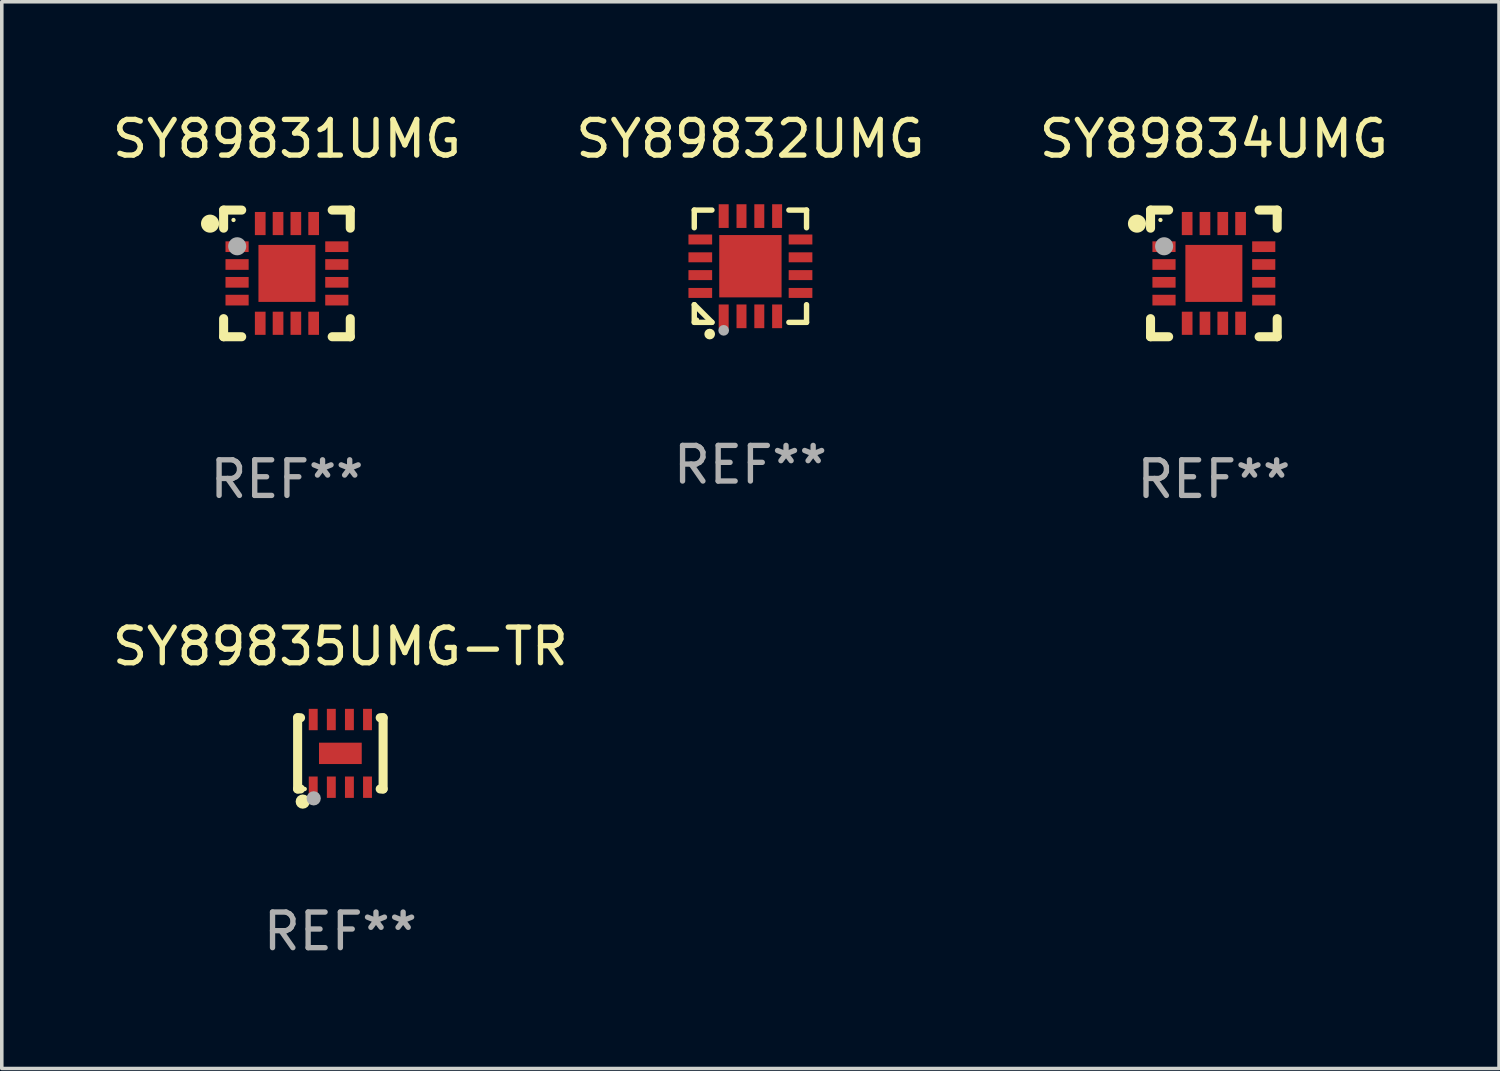
<source format=kicad_pcb>
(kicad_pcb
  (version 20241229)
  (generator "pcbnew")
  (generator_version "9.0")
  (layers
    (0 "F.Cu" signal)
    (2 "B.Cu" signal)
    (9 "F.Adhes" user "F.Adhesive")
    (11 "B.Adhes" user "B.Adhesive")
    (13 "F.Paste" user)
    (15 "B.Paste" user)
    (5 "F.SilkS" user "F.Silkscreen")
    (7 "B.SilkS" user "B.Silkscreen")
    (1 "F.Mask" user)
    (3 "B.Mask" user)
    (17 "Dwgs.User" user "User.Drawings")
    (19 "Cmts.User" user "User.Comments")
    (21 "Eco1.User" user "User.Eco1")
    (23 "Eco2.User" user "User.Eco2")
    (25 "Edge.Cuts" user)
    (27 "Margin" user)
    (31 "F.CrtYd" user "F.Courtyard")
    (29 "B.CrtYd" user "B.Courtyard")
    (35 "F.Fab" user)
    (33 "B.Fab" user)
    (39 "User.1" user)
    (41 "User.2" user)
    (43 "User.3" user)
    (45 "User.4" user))
  (footprint "SY89835UMG-TR"
    (layer "F.Cu")
    (at 6.506 18.101)
    (property "Reference" "SY89835UMG-TR" (at 0 -3 0) (layer "F.SilkS") (effects (font (size 1 1) (thickness 0.15))))
    (attr through_hole)
    (fp_line (start -1.2 -1) (end -1.118 -1) (stroke (width 0.254) (type solid)) (layer "F.SilkS"))
    (fp_line (start -1.2 1) (end -1.2 -1) (stroke (width 0.254) (type solid)) (layer "F.SilkS"))
    (fp_line (start -1.2 1) (end -1.118 1) (stroke (width 0.254) (type solid)) (layer "F.SilkS"))
    (fp_line (start 1.118 -1) (end 1.2 -1) (stroke (width 0.254) (type solid)) (layer "F.SilkS"))
    (fp_line (start 1.118 1) (end 1.2 1) (stroke (width 0.254) (type solid)) (layer "F.SilkS"))
    (fp_line (start 1.2 1) (end 1.2 -1) (stroke (width 0.254) (type solid)) (layer "F.SilkS"))
    (fp_circle (center -1.056 1.354) (end -0.956 1.354) (stroke (width 0.2) (type solid)) (fill no) (layer "F.SilkS"))
    (fp_circle (center -1 1) (end -0.97 1) (stroke (width 0.06) (type solid)) (fill no) (layer "F.SilkS"))
    (fp_circle (center -0.749 1.263) (end -0.649 1.263) (stroke (width 0.2) (type solid)) (fill no) (layer "F.Fab"))
    (fp_text user "REF**" (at 0 5 0) (layer "F.Fab") (effects (font (size 1 1) (thickness 0.15))))
    (pad "1" smd rect (at -0.762 0.95) (size 0.25 0.6) (layers "F.Cu" "F.Mask" "F.Paste"))
    (pad "2" smd rect (at -0.254 0.95) (size 0.25 0.6) (layers "F.Cu" "F.Mask" "F.Paste"))
    (pad "3" smd rect (at 0.254 0.95) (size 0.25 0.6) (layers "F.Cu" "F.Mask" "F.Paste"))
    (pad "4" smd rect (at 0.762 0.95) (size 0.25 0.6) (layers "F.Cu" "F.Mask" "F.Paste"))
    (pad "5" smd rect (at 0.762 -0.95) (size 0.25 0.6) (layers "F.Cu" "F.Mask" "F.Paste"))
    (pad "6" smd rect (at 0.254 -0.95) (size 0.25 0.6) (layers "F.Cu" "F.Mask" "F.Paste"))
    (pad "7" smd rect (at -0.254 -0.95) (size 0.25 0.6) (layers "F.Cu" "F.Mask" "F.Paste"))
    (pad "8" smd rect (at -0.762 -0.95) (size 0.25 0.6) (layers "F.Cu" "F.Mask" "F.Paste"))
    (pad "9" smd rect (at -0.000013 -0.000013) (size 1.2 0.6) (layers "F.Cu" "F.Mask" "F.Paste")))
  (footprint "SY89831UMG"
    (layer "F.Cu")
    (at 5.006 4.626)
    (property "Reference" "SY89831UMG" (at 0 -3.778 0) (layer "F.SilkS") (effects (font (size 1 1) (thickness 0.15))))
    (attr through_hole)
    (fp_line (start -1.778 -1.778) (end -1.778 -1.27) (stroke (width 0.254) (type solid)) (layer "F.SilkS"))
    (fp_line (start -1.778 1.27) (end -1.778 1.778) (stroke (width 0.254) (type solid)) (layer "F.SilkS"))
    (fp_line (start -1.778 1.778) (end -1.27 1.778) (stroke (width 0.254) (type solid)) (layer "F.SilkS"))
    (fp_line (start -1.27 -1.778) (end -1.778 -1.778) (stroke (width 0.254) (type solid)) (layer "F.SilkS"))
    (fp_line (start 1.27 -1.778) (end 1.778 -1.778) (stroke (width 0.254) (type solid)) (layer "F.SilkS"))
    (fp_line (start 1.27 1.778) (end 1.778 1.778) (stroke (width 0.254) (type solid)) (layer "F.SilkS"))
    (fp_line (start 1.778 -1.778) (end 1.778 -1.27) (stroke (width 0.254) (type solid)) (layer "F.SilkS"))
    (fp_line (start 1.778 1.778) (end 1.778 1.27) (stroke (width 0.254) (type solid)) (layer "F.SilkS"))
    (fp_circle (center -2.159 -1.397) (end -2.032 -1.397) (stroke (width 0.254) (type solid)) (fill no) (layer "F.SilkS"))
    (fp_circle (center -1.5 -1.5) (end -1.47 -1.5) (stroke (width 0.06) (type solid)) (fill no) (layer "F.SilkS"))
    (fp_circle (center -1.397 -0.762) (end -1.27 -0.762) (stroke (width 0.254) (type solid)) (fill no) (layer "F.Fab"))
    (fp_text user "REF**" (at 0 5.778 0) (layer "F.Fab") (effects (font (size 1 1) (thickness 0.15))))
    (pad "1" smd rect (at -1.4 -0.75 90) (size 0.3 0.65) (layers "F.Cu" "F.Mask" "F.Paste"))
    (pad "2" smd rect (at -1.4 -0.25 90) (size 0.3 0.65) (layers "F.Cu" "F.Mask" "F.Paste"))
    (pad "3" smd rect (at -1.4 0.25 90) (size 0.3 0.65) (layers "F.Cu" "F.Mask" "F.Paste"))
    (pad "4" smd rect (at -1.4 0.75 90) (size 0.3 0.65) (layers "F.Cu" "F.Mask" "F.Paste"))
    (pad "5" smd rect (at -0.75 1.4 180) (size 0.3 0.65) (layers "F.Cu" "F.Mask" "F.Paste"))
    (pad "6" smd rect (at -0.25 1.4 180) (size 0.3 0.65) (layers "F.Cu" "F.Mask" "F.Paste"))
    (pad "7" smd rect (at 0.25 1.4 180) (size 0.3 0.65) (layers "F.Cu" "F.Mask" "F.Paste"))
    (pad "8" smd rect (at 0.75 1.4 180) (size 0.3 0.65) (layers "F.Cu" "F.Mask" "F.Paste"))
    (pad "9" smd rect (at 1.4 0.75 270) (size 0.3 0.65) (layers "F.Cu" "F.Mask" "F.Paste"))
    (pad "10" smd rect (at 1.4 0.25 270) (size 0.3 0.65) (layers "F.Cu" "F.Mask" "F.Paste"))
    (pad "11" smd rect (at 1.4 -0.25 270) (size 0.3 0.65) (layers "F.Cu" "F.Mask" "F.Paste"))
    (pad "12" smd rect (at 1.4 -0.75 270) (size 0.3 0.65) (layers "F.Cu" "F.Mask" "F.Paste"))
    (pad "13" smd rect (at 0.75 -1.4) (size 0.3 0.65) (layers "F.Cu" "F.Mask" "F.Paste"))
    (pad "14" smd rect (at 0.25 -1.4) (size 0.3 0.65) (layers "F.Cu" "F.Mask" "F.Paste"))
    (pad "15" smd rect (at -0.25 -1.4) (size 0.3 0.65) (layers "F.Cu" "F.Mask" "F.Paste"))
    (pad "16" smd rect (at -0.75 -1.4) (size 0.3 0.65) (layers "F.Cu" "F.Mask" "F.Paste"))
    (pad "17" smd rect (at 0.000076 0.000025) (size 1.6 1.6) (layers "F.Cu" "F.Mask" "F.Paste")))
  (footprint "SY89834UMG"
    (layer "F.Cu")
    (at 31.03 4.626)
    (property "Reference" "SY89834UMG" (at 0 -3.778 0) (layer "F.SilkS") (effects (font (size 1 1) (thickness 0.15))))
    (attr through_hole)
    (fp_line (start -1.778 -1.778) (end -1.778 -1.27) (stroke (width 0.254) (type solid)) (layer "F.SilkS"))
    (fp_line (start -1.778 1.27) (end -1.778 1.778) (stroke (width 0.254) (type solid)) (layer "F.SilkS"))
    (fp_line (start -1.778 1.778) (end -1.27 1.778) (stroke (width 0.254) (type solid)) (layer "F.SilkS"))
    (fp_line (start -1.27 -1.778) (end -1.778 -1.778) (stroke (width 0.254) (type solid)) (layer "F.SilkS"))
    (fp_line (start 1.27 -1.778) (end 1.778 -1.778) (stroke (width 0.254) (type solid)) (layer "F.SilkS"))
    (fp_line (start 1.27 1.778) (end 1.778 1.778) (stroke (width 0.254) (type solid)) (layer "F.SilkS"))
    (fp_line (start 1.778 -1.778) (end 1.778 -1.27) (stroke (width 0.254) (type solid)) (layer "F.SilkS"))
    (fp_line (start 1.778 1.778) (end 1.778 1.27) (stroke (width 0.254) (type solid)) (layer "F.SilkS"))
    (fp_circle (center -2.159 -1.397) (end -2.032 -1.397) (stroke (width 0.254) (type solid)) (fill no) (layer "F.SilkS"))
    (fp_circle (center -1.5 -1.5) (end -1.47 -1.5) (stroke (width 0.06) (type solid)) (fill no) (layer "F.SilkS"))
    (fp_circle (center -1.397 -0.762) (end -1.27 -0.762) (stroke (width 0.254) (type solid)) (fill no) (layer "F.Fab"))
    (fp_text user "REF**" (at 0 5.778 0) (layer "F.Fab") (effects (font (size 1 1) (thickness 0.15))))
    (pad "1" smd rect (at -1.4 -0.75 90) (size 0.3 0.65) (layers "F.Cu" "F.Mask" "F.Paste"))
    (pad "2" smd rect (at -1.4 -0.25 90) (size 0.3 0.65) (layers "F.Cu" "F.Mask" "F.Paste"))
    (pad "3" smd rect (at -1.4 0.25 90) (size 0.3 0.65) (layers "F.Cu" "F.Mask" "F.Paste"))
    (pad "4" smd rect (at -1.4 0.75 90) (size 0.3 0.65) (layers "F.Cu" "F.Mask" "F.Paste"))
    (pad "5" smd rect (at -0.75 1.4 180) (size 0.3 0.65) (layers "F.Cu" "F.Mask" "F.Paste"))
    (pad "6" smd rect (at -0.25 1.4 180) (size 0.3 0.65) (layers "F.Cu" "F.Mask" "F.Paste"))
    (pad "7" smd rect (at 0.25 1.4 180) (size 0.3 0.65) (layers "F.Cu" "F.Mask" "F.Paste"))
    (pad "8" smd rect (at 0.75 1.4 180) (size 0.3 0.65) (layers "F.Cu" "F.Mask" "F.Paste"))
    (pad "9" smd rect (at 1.4 0.75 270) (size 0.3 0.65) (layers "F.Cu" "F.Mask" "F.Paste"))
    (pad "10" smd rect (at 1.4 0.25 270) (size 0.3 0.65) (layers "F.Cu" "F.Mask" "F.Paste"))
    (pad "11" smd rect (at 1.4 -0.25 270) (size 0.3 0.65) (layers "F.Cu" "F.Mask" "F.Paste"))
    (pad "12" smd rect (at 1.4 -0.75 270) (size 0.3 0.65) (layers "F.Cu" "F.Mask" "F.Paste"))
    (pad "13" smd rect (at 0.75 -1.4) (size 0.3 0.65) (layers "F.Cu" "F.Mask" "F.Paste"))
    (pad "14" smd rect (at 0.25 -1.4) (size 0.3 0.65) (layers "F.Cu" "F.Mask" "F.Paste"))
    (pad "15" smd rect (at -0.25 -1.4) (size 0.3 0.65) (layers "F.Cu" "F.Mask" "F.Paste"))
    (pad "16" smd rect (at -0.75 -1.4) (size 0.3 0.65) (layers "F.Cu" "F.Mask" "F.Paste"))
    (pad "17" smd rect (at 0.000076 0.000025) (size 1.6 1.6) (layers "F.Cu" "F.Mask" "F.Paste")))
  (footprint "SY89832UMG"
    (layer "F.Cu")
    (at 18.018 4.424)
    (property "Reference" "SY89832UMG" (at 0 -3.576 0) (layer "F.SilkS") (effects (font (size 1 1) (thickness 0.15))))
    (attr through_hole)
    (fp_line (start -1.576 -1.576) (end -1.08 -1.576) (stroke (width 0.152) (type solid)) (layer "F.SilkS"))
    (fp_line (start -1.576 -1.08) (end -1.576 -1.576) (stroke (width 0.152) (type solid)) (layer "F.SilkS"))
    (fp_line (start -1.576 1.08) (end -1.576 1.576) (stroke (width 0.152) (type solid)) (layer "F.SilkS"))
    (fp_line (start -1.576 1.576) (end -1.08 1.576) (stroke (width 0.152) (type solid)) (layer "F.SilkS"))
    (fp_line (start -1.08 1.576) (end -1.576 1.08) (stroke (width 0.152) (type solid)) (layer "F.SilkS"))
    (fp_line (start 1.576 -1.576) (end 1.08 -1.576) (stroke (width 0.152) (type solid)) (layer "F.SilkS"))
    (fp_line (start 1.576 -1.08) (end 1.576 -1.576) (stroke (width 0.152) (type solid)) (layer "F.SilkS"))
    (fp_line (start 1.576 1.08) (end 1.576 1.576) (stroke (width 0.152) (type solid)) (layer "F.SilkS"))
    (fp_line (start 1.576 1.576) (end 1.08 1.576) (stroke (width 0.152) (type solid)) (layer "F.SilkS"))
    (fp_circle (center -1.5 1.5) (end -1.47 1.5) (stroke (width 0.06) (type solid)) (fill no) (layer "F.SilkS"))
    (fp_circle (center -1.143 1.905) (end -1.068 1.905) (stroke (width 0.15) (type solid)) (fill no) (layer "F.SilkS"))
    (fp_circle (center -0.75 1.8) (end -0.675 1.8) (stroke (width 0.15) (type solid)) (fill no) (layer "F.Fab"))
    (fp_text user "REF**" (at 0 5.576 0) (layer "F.Fab") (effects (font (size 1 1) (thickness 0.15))))
    (pad "1" smd rect (at -0.75 1.407) (size 0.28 0.665) (layers "F.Cu" "F.Mask" "F.Paste"))
    (pad "2" smd rect (at -0.25 1.407) (size 0.28 0.665) (layers "F.Cu" "F.Mask" "F.Paste"))
    (pad "3" smd rect (at 0.25 1.407) (size 0.28 0.665) (layers "F.Cu" "F.Mask" "F.Paste"))
    (pad "4" smd rect (at 0.75 1.407) (size 0.28 0.665) (layers "F.Cu" "F.Mask" "F.Paste"))
    (pad "5" smd rect (at 1.407 0.75) (size 0.665 0.28) (layers "F.Cu" "F.Mask" "F.Paste"))
    (pad "6" smd rect (at 1.407 0.25) (size 0.665 0.28) (layers "F.Cu" "F.Mask" "F.Paste"))
    (pad "7" smd rect (at 1.407 -0.25) (size 0.665 0.28) (layers "F.Cu" "F.Mask" "F.Paste"))
    (pad "8" smd rect (at 1.407 -0.75) (size 0.665 0.28) (layers "F.Cu" "F.Mask" "F.Paste"))
    (pad "9" smd rect (at 0.75 -1.407) (size 0.28 0.665) (layers "F.Cu" "F.Mask" "F.Paste"))
    (pad "10" smd rect (at 0.25 -1.407) (size 0.28 0.665) (layers "F.Cu" "F.Mask" "F.Paste"))
    (pad "11" smd rect (at -0.25 -1.407) (size 0.28 0.665) (layers "F.Cu" "F.Mask" "F.Paste"))
    (pad "12" smd rect (at -0.75 -1.407) (size 0.28 0.665) (layers "F.Cu" "F.Mask" "F.Paste"))
    (pad "13" smd rect (at -1.407 -0.75) (size 0.665 0.28) (layers "F.Cu" "F.Mask" "F.Paste"))
    (pad "14" smd rect (at -1.407 -0.25) (size 0.665 0.28) (layers "F.Cu" "F.Mask" "F.Paste"))
    (pad "15" smd rect (at -1.407 0.25) (size 0.665 0.28) (layers "F.Cu" "F.Mask" "F.Paste"))
    (pad "16" smd rect (at -1.407 0.75) (size 0.665 0.28) (layers "F.Cu" "F.Mask" "F.Paste"))
    (pad "17" smd rect (at 0 0) (size 1.75 1.75) (layers "F.Cu" "F.Mask" "F.Paste")))
  (gr_rect
    (start -3 -3)
    (end 39.036 26.949)
    (stroke (width 0.1) (type default))
    (fill no)
    (layer "Edge.Cuts")))
</source>
